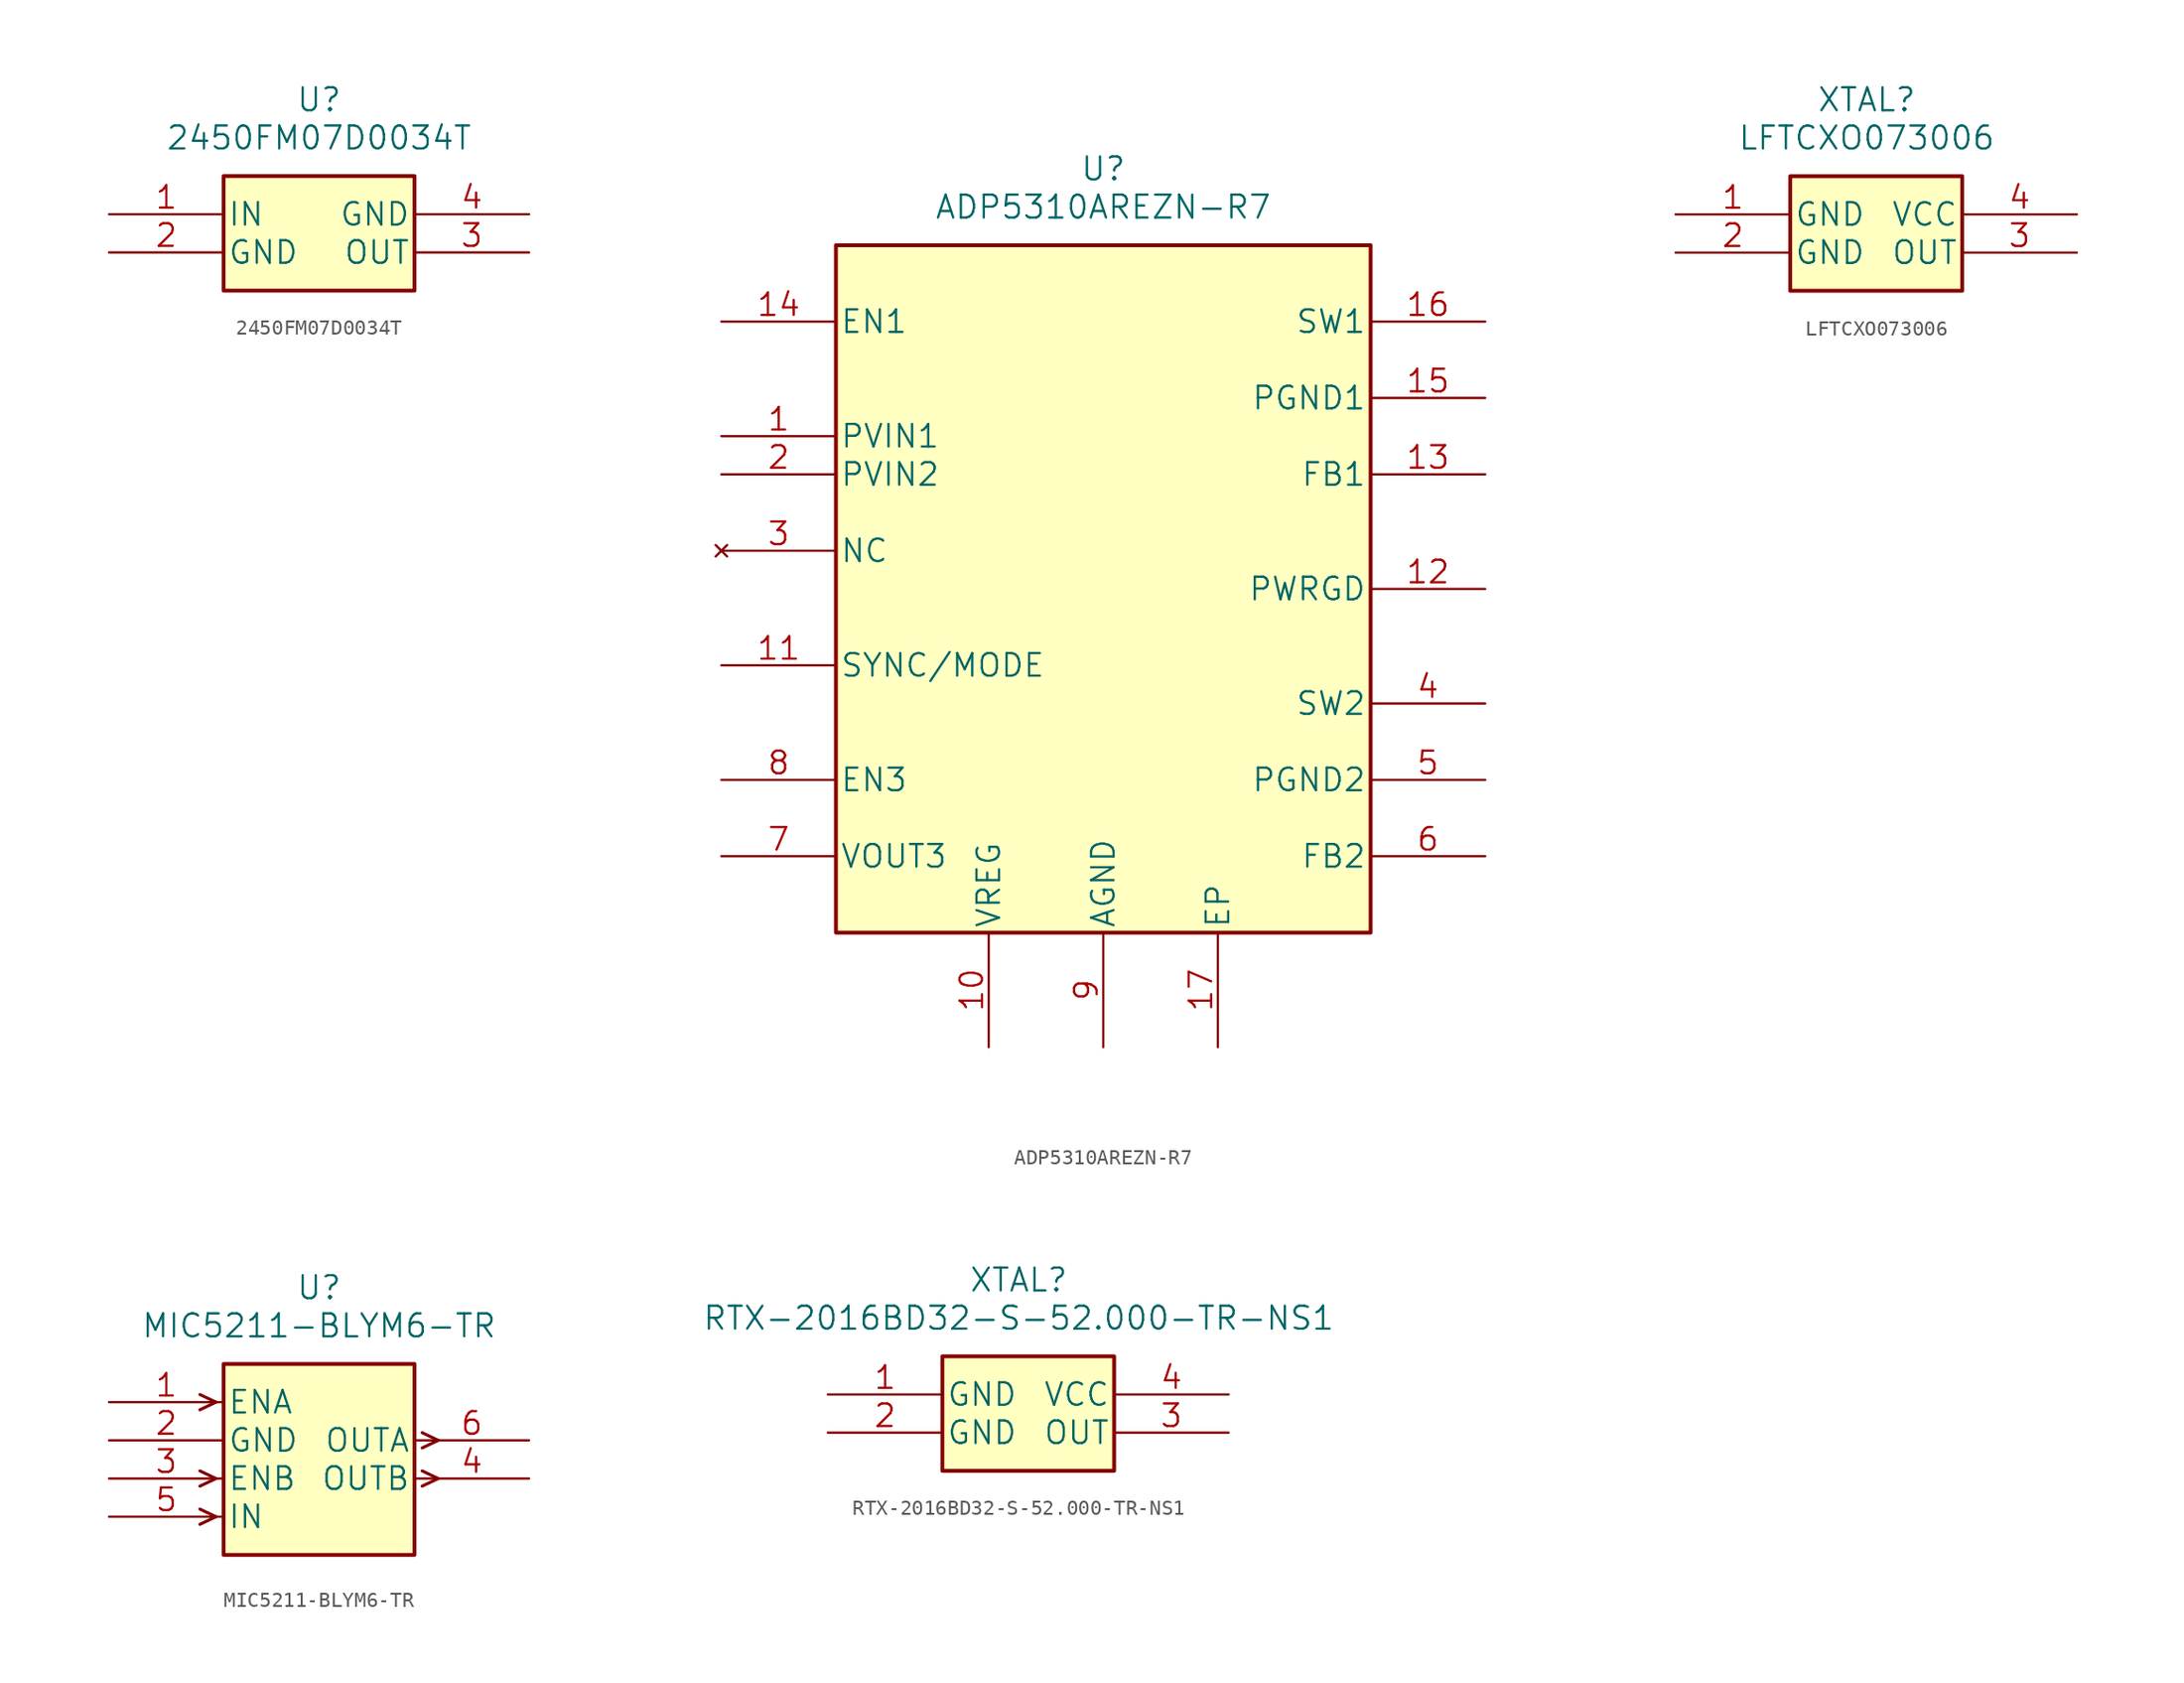
<source format=kicad_sym>
(kicad_symbol_lib
  (version 20211014)
  (generator kicad_symbol_editor)
  (symbol "2450FM07D0034T"
    (pin_names
      (offset 0.254))
    (property "Reference" "U"
      (at 13.97 7.62 0)
      (effects (font (size 1.524 1.524))))
    (property "Value" "2450FM07D0034T"
      (at 13.97 5.08 0)
      (effects (font (size 1.524 1.524))))
    (property "Datasheet" ""
      (at 0 0 0)
      (effects (font (size 1.524 1.524))))
    (property "ki_locked" ""
      (at 0 0 0)
      (effects (font (size 1.27 1.27))))
    (symbol "2450FM07D0034T_1_1"
      (rectangle (start 7.62 2.54) (end 20.32 -5.08) (stroke (width 0.254) (type default) (color 0 0 0 0)) (fill (type background)))
      (pin input line (at 0 0 0) (length 7.62) (name "IN" (effects (font (size 1.499 1.499)))) (number "1" (effects (font (size 1.499 1.499)))))
      (pin power_in line (at 0 -2.54 0) (length 7.62) (name "GND" (effects (font (size 1.499 1.499)))) (number "2" (effects (font (size 1.499 1.499)))))
      (pin output line (at 27.94 -2.54 180) (length 7.62) (name "OUT" (effects (font (size 1.499 1.499)))) (number "3" (effects (font (size 1.499 1.499)))))
      (pin power_in line (at 27.94 0 180) (length 7.62) (name "GND" (effects (font (size 1.499 1.499)))) (number "4" (effects (font (size 1.499 1.499)))))))
  (symbol "ADP5310AREZN-R7"
    (pin_names
      (offset 0.254))
    (property "Reference" "U"
      (at 25.4 10.16 0)
      (effects (font (size 1.524 1.524))))
    (property "Value" "ADP5310AREZN-R7"
      (at 25.4 7.62 0)
      (effects (font (size 1.524 1.524))))
    (property "Datasheet" ""
      (at 0 0 0)
      (effects (font (size 1.524 1.524))))
    (property "ki_locked" ""
      (at 0 0 0)
      (effects (font (size 1.27 1.27))))
    (symbol "ADP5310AREZN-R7_1_1"
      (rectangle (start 7.62 5.08) (end 43.18 -40.64) (stroke (width 0.254) (type default) (color 0 0 0 0)) (fill (type background)))
      (pin power_in line (at 0 -7.62 0) (length 7.62) (name "PVIN1" (effects (font (size 1.499 1.499)))) (number "1" (effects (font (size 1.499 1.499)))))
      (pin output line (at 17.78 -48.26 90) (length 7.62) (name "VREG" (effects (font (size 1.499 1.499)))) (number "10" (effects (font (size 1.499 1.499)))))
      (pin input line (at 0 -22.86 0) (length 7.62) (name "SYNC/MODE" (effects (font (size 1.499 1.499)))) (number "11" (effects (font (size 1.499 1.499)))))
      (pin output line (at 50.8 -17.78 180) (length 7.62) (name "PWRGD" (effects (font (size 1.499 1.499)))) (number "12" (effects (font (size 1.499 1.499)))))
      (pin input line (at 50.8 -10.16 180) (length 7.62) (name "FB1" (effects (font (size 1.499 1.499)))) (number "13" (effects (font (size 1.499 1.499)))))
      (pin input line (at 0 0 0) (length 7.62) (name "EN1" (effects (font (size 1.499 1.499)))) (number "14" (effects (font (size 1.499 1.499)))))
      (pin power_in line (at 50.8 -5.08 180) (length 7.62) (name "PGND1" (effects (font (size 1.499 1.499)))) (number "15" (effects (font (size 1.499 1.499)))))
      (pin power_out line (at 50.8 0 180) (length 7.62) (name "SW1" (effects (font (size 1.499 1.499)))) (number "16" (effects (font (size 1.499 1.499)))))
      (pin power_in line (at 33.02 -48.26 90) (length 7.62) (name "EP" (effects (font (size 1.499 1.499)))) (number "17" (effects (font (size 1.499 1.499)))))
      (pin power_in line (at 0 -10.16 0) (length 7.62) (name "PVIN2" (effects (font (size 1.499 1.499)))) (number "2" (effects (font (size 1.499 1.499)))))
      (pin no_connect line (at 0 -15.24 0) (length 7.62) (name "NC" (effects (font (size 1.499 1.499)))) (number "3" (effects (font (size 1.499 1.499)))))
      (pin power_out line (at 50.8 -25.4 180) (length 7.62) (name "SW2" (effects (font (size 1.499 1.499)))) (number "4" (effects (font (size 1.499 1.499)))))
      (pin power_in line (at 50.8 -30.48 180) (length 7.62) (name "PGND2" (effects (font (size 1.499 1.499)))) (number "5" (effects (font (size 1.499 1.499)))))
      (pin input line (at 50.8 -35.56 180) (length 7.62) (name "FB2" (effects (font (size 1.499 1.499)))) (number "6" (effects (font (size 1.499 1.499)))))
      (pin power_out line (at 0 -35.56 0) (length 7.62) (name "VOUT3" (effects (font (size 1.499 1.499)))) (number "7" (effects (font (size 1.499 1.499)))))
      (pin input line (at 0 -30.48 0) (length 7.62) (name "EN3" (effects (font (size 1.499 1.499)))) (number "8" (effects (font (size 1.499 1.499)))))
      (pin power_in line (at 25.4 -48.26 90) (length 7.62) (name "AGND" (effects (font (size 1.499 1.499)))) (number "9" (effects (font (size 1.499 1.499)))))))
  (symbol "LFTCXO073006"
    (pin_names
      (offset 0.254))
    (property "Reference" "XTAL"
      (at 12.7 7.62 0)
      (effects (font (size 1.524 1.524))))
    (property "Value" "LFTCXO073006"
      (at 12.7 5.08 0)
      (effects (font (size 1.524 1.524))))
    (property "Datasheet" ""
      (at 0 0 0)
      (effects (font (size 1.524 1.524))))
    (property "ki_locked" ""
      (at 0 0 0)
      (effects (font (size 1.27 1.27))))
    (symbol "LFTCXO073006_1_1"
      (rectangle (start 7.62 2.54) (end 19.05 -5.08) (stroke (width 0.254) (type default) (color 0 0 0 0)) (fill (type background)))
      (pin power_in line (at 0 0 0) (length 7.62) (name "GND" (effects (font (size 1.499 1.499)))) (number "1" (effects (font (size 1.499 1.499)))))
      (pin power_in line (at 0 -2.54 0) (length 7.62) (name "GND" (effects (font (size 1.499 1.499)))) (number "2" (effects (font (size 1.499 1.499)))))
      (pin output line (at 26.67 -2.54 180) (length 7.62) (name "OUT" (effects (font (size 1.499 1.499)))) (number "3" (effects (font (size 1.499 1.499)))))
      (pin power_in line (at 26.67 0 180) (length 7.62) (name "VCC" (effects (font (size 1.499 1.499)))) (number "4" (effects (font (size 1.499 1.499)))))))
  (symbol "MIC5211-BLYM6-TR"
    (pin_names
      (offset 0.254))
    (property "Reference" "U"
      (at 13.97 7.62 0)
      (effects (font (size 1.524 1.524))))
    (property "Value" "MIC5211-BLYM6-TR"
      (at 13.97 5.08 0)
      (effects (font (size 1.524 1.524))))
    (property "Datasheet" ""
      (at 0 0 0)
      (effects (font (size 1.524 1.524))))
    (property "ki_locked" ""
      (at 0 0 0)
      (effects (font (size 1.27 1.27))))
    (symbol "MIC5211-BLYM6-TR_1_1"
      (polyline (pts (xy 7.112 -7.62) (xy 6.045 -8.128)) (stroke (width 0.203) (type default) (color 0 0 0 0)) (fill (type none)))
      (polyline (pts (xy 7.112 -7.62) (xy 6.045 -7.112)) (stroke (width 0.203) (type default) (color 0 0 0 0)) (fill (type none)))
      (polyline (pts (xy 7.112 -5.08) (xy 6.045 -5.588)) (stroke (width 0.203) (type default) (color 0 0 0 0)) (fill (type none)))
      (polyline (pts (xy 7.112 -5.08) (xy 6.045 -4.572)) (stroke (width 0.203) (type default) (color 0 0 0 0)) (fill (type none)))
      (polyline (pts (xy 7.112 0) (xy 6.045 -0.508)) (stroke (width 0.203) (type default) (color 0 0 0 0)) (fill (type none)))
      (polyline (pts (xy 7.112 0) (xy 6.045 0.508)) (stroke (width 0.203) (type default) (color 0 0 0 0)) (fill (type none)))
      (polyline (pts (xy 20.828 -5.588) (xy 21.895 -5.08)) (stroke (width 0.203) (type default) (color 0 0 0 0)) (fill (type none)))
      (polyline (pts (xy 20.828 -4.572) (xy 21.895 -5.08)) (stroke (width 0.203) (type default) (color 0 0 0 0)) (fill (type none)))
      (polyline (pts (xy 20.828 -3.048) (xy 21.895 -2.54)) (stroke (width 0.203) (type default) (color 0 0 0 0)) (fill (type none)))
      (polyline (pts (xy 20.828 -2.032) (xy 21.895 -2.54)) (stroke (width 0.203) (type default) (color 0 0 0 0)) (fill (type none)))
      (rectangle (start 7.62 2.54) (end 20.32 -10.16) (stroke (width 0.254) (type default) (color 0 0 0 0)) (fill (type background)))
      (pin input line (at 0 0 0) (length 7.62) (name "ENA" (effects (font (size 1.499 1.499)))) (number "1" (effects (font (size 1.499 1.499)))))
      (pin power_in line (at 0 -2.54 0) (length 7.62) (name "GND" (effects (font (size 1.499 1.499)))) (number "2" (effects (font (size 1.499 1.499)))))
      (pin input line (at 0 -5.08 0) (length 7.62) (name "ENB" (effects (font (size 1.499 1.499)))) (number "3" (effects (font (size 1.499 1.499)))))
      (pin power_out line (at 27.94 -5.08 180) (length 7.62) (name "OUTB" (effects (font (size 1.499 1.499)))) (number "4" (effects (font (size 1.499 1.499)))))
      (pin power_in line (at 0 -7.62 0) (length 7.62) (name "IN" (effects (font (size 1.499 1.499)))) (number "5" (effects (font (size 1.499 1.499)))))
      (pin power_out line (at 27.94 -2.54 180) (length 7.62) (name "OUTA" (effects (font (size 1.499 1.499)))) (number "6" (effects (font (size 1.499 1.499)))))))
  (symbol "RTX-2016BD32-S-52.000-TR-NS1"
    (pin_names
      (offset 0.254))
    (property "Reference" "XTAL"
      (at 12.7 7.62 0)
      (effects (font (size 1.524 1.524))))
    (property "Value" "RTX-2016BD32-S-52.000-TR-NS1"
      (at 12.7 5.08 0)
      (effects (font (size 1.524 1.524))))
    (property "Datasheet" ""
      (at 0 0 0)
      (effects (font (size 1.524 1.524))))
    (property "ki_locked" ""
      (at 0 0 0)
      (effects (font (size 1.27 1.27))))
    (symbol "RTX-2016BD32-S-52.000-TR-NS1_1_1"
      (rectangle (start 7.62 2.54) (end 19.05 -5.08) (stroke (width 0.254) (type default) (color 0 0 0 0)) (fill (type background)))
      (pin power_in line (at 0 0 0) (length 7.62) (name "GND" (effects (font (size 1.499 1.499)))) (number "1" (effects (font (size 1.499 1.499)))))
      (pin power_in line (at 0 -2.54 0) (length 7.62) (name "GND" (effects (font (size 1.499 1.499)))) (number "2" (effects (font (size 1.499 1.499)))))
      (pin output line (at 26.67 -2.54 180) (length 7.62) (name "OUT" (effects (font (size 1.499 1.499)))) (number "3" (effects (font (size 1.499 1.499)))))
      (pin power_in line (at 26.67 0 180) (length 7.62) (name "VCC" (effects (font (size 1.499 1.499)))) (number "4" (effects (font (size 1.499 1.499))))))))
</source>
